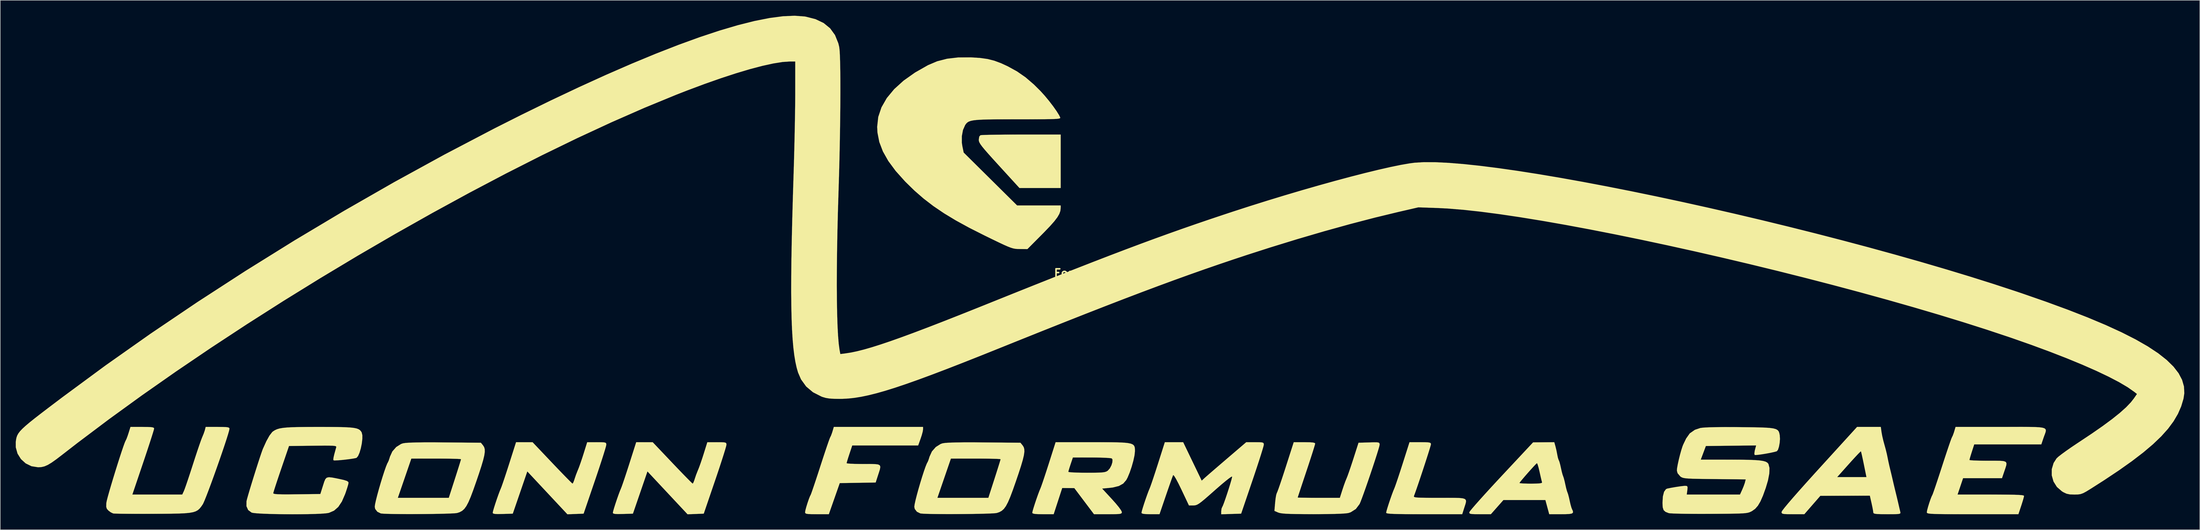
<source format=kicad_pcb>
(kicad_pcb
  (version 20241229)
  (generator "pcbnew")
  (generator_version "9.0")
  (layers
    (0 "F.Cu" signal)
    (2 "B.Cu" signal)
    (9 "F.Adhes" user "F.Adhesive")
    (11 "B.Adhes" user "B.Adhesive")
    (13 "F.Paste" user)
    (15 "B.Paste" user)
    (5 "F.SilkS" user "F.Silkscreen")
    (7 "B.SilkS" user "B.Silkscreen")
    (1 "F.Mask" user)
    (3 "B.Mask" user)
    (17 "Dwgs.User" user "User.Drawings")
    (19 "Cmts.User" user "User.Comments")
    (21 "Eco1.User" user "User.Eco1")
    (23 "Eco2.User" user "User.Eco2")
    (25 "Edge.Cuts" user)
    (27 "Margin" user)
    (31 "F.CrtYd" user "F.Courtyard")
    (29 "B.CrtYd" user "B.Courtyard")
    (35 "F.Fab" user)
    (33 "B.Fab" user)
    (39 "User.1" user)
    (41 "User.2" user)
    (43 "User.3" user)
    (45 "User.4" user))
  (footprint "FormulaSAE_Logo"
    (layer "F.Cu")
    (at 211.177 49.94)
    (property "Reference" "FormulaSAE_Logo" (at 0 0 0) (layer "F.SilkS") (effects (font (size 1.524 1.524) (thickness 0.3))))
    (attr through_hole)
    (fp_poly (pts (xy -8.678 -16.51) (xy -16.664 -16.51) (xy -20.609 -20.832) (xy -21.786 -22.126) (xy -22.705 -23.151) (xy -23.398 -23.946) (xy -23.895 -24.551) (xy -24.228 -25.007) (xy -24.428 -25.353) (xy -24.526 -25.63) (xy -24.553 -25.876) (xy -24.553 -25.889) (xy -24.453 -26.501) (xy -24.219 -26.753) (xy -23.935 -26.783) (xy -23.279 -26.81) (xy -22.3 -26.834) (xy -21.047 -26.854) (xy -19.572 -26.869) (xy -17.924 -26.879) (xy -16.281 -26.882) (xy -8.678 -26.882) (xy -8.678 -16.51)) (stroke (width 0.01) (type solid)) (fill yes) (layer "F.SilkS"))
    (fp_poly (pts (xy -112.62 32.81) (xy -111.019 32.813) (xy -107.209 36.832) (xy -106.184 37.909) (xy -105.253 38.877) (xy -104.457 39.695) (xy -103.836 40.324) (xy -103.427 40.723) (xy -103.274 40.851) (xy -103.144 40.669) (xy -102.963 40.208) (xy -102.882 39.952) (xy -102.608 39.14) (xy -102.284 38.317) (xy -102.235 38.206) (xy -102.014 37.649) (xy -101.715 36.814) (xy -101.382 35.826) (xy -101.146 35.088) (xy -100.436 32.816) (xy -98.584 32.812) (xy -97.697 32.816) (xy -97.15 32.846) (xy -96.862 32.923) (xy -96.75 33.07) (xy -96.732 33.297) (xy -96.798 33.611) (xy -96.987 34.274) (xy -97.282 35.232) (xy -97.666 36.434) (xy -98.123 37.828) (xy -98.636 39.362) (xy -98.93 40.229) (xy -101.128 46.672) (xy -102.698 46.734) (xy -104.268 46.795) (xy -112.04 38.477) (xy -113.447 42.575) (xy -114.854 46.672) (xy -116.799 46.733) (xy -117.754 46.75) (xy -118.353 46.721) (xy -118.662 46.641) (xy -118.745 46.508) (xy -118.677 46.177) (xy -118.498 45.553) (xy -118.241 44.744) (xy -117.943 43.854) (xy -117.639 42.99) (xy -117.364 42.256) (xy -117.175 41.804) (xy -117.022 41.413) (xy -116.767 40.689) (xy -116.434 39.706) (xy -116.048 38.535) (xy -115.633 37.248) (xy -115.55 36.989) (xy -114.221 32.808) (xy -112.62 32.81)) (stroke (width 0.01) (type solid)) (fill yes) (layer "F.SilkS"))
    (fp_poly (pts (xy -35.348 30.321) (xy -35.418 30.765) (xy -35.6 31.445) (xy -35.823 32.12) (xy -36.297 33.443) (xy -49.072 33.443) (xy -49.618 35.084) (xy -49.872 35.864) (xy -50.063 36.486) (xy -50.159 36.844) (xy -50.165 36.884) (xy -49.965 36.938) (xy -49.414 36.984) (xy -48.584 37.019) (xy -47.546 37.038) (xy -46.884 37.042) (xy -45.582 37.039) (xy -44.654 37.057) (xy -44.052 37.132) (xy -43.726 37.302) (xy -43.628 37.603) (xy -43.71 38.073) (xy -43.922 38.75) (xy -44.067 39.191) (xy -44.53 40.63) (xy -48.01 40.688) (xy -51.491 40.746) (xy -53.606 46.778) (xy -55.907 46.778) (xy -56.923 46.772) (xy -57.589 46.745) (xy -57.976 46.686) (xy -58.159 46.582) (xy -58.208 46.421) (xy -58.208 46.396) (xy -58.141 45.998) (xy -57.967 45.35) (xy -57.733 44.59) (xy -57.483 43.86) (xy -57.262 43.297) (xy -57.145 43.074) (xy -57.04 42.823) (xy -56.826 42.224) (xy -56.52 41.331) (xy -56.141 40.2) (xy -55.708 38.885) (xy -55.248 37.465) (xy -54.779 36.023) (xy -54.346 34.711) (xy -53.967 33.583) (xy -53.66 32.694) (xy -53.445 32.1) (xy -53.34 31.856) (xy -53.18 31.533) (xy -52.977 30.977) (xy -52.905 30.745) (xy -52.638 29.845) (xy -35.348 29.845) (xy -35.348 30.321)) (stroke (width 0.01) (type solid)) (fill yes) (layer "F.SilkS"))
    (fp_poly (pts (xy -89.337 32.81) (xy -87.736 32.813) (xy -83.926 36.832) (xy -82.901 37.909) (xy -81.97 38.877) (xy -81.174 39.695) (xy -80.552 40.324) (xy -80.144 40.723) (xy -79.991 40.851) (xy -79.861 40.669) (xy -79.679 40.208) (xy -79.598 39.952) (xy -79.325 39.14) (xy -79.001 38.317) (xy -78.952 38.206) (xy -78.731 37.649) (xy -78.431 36.814) (xy -78.099 35.826) (xy -77.863 35.088) (xy -77.153 32.816) (xy -75.3 32.812) (xy -74.413 32.816) (xy -73.867 32.846) (xy -73.579 32.923) (xy -73.467 33.07) (xy -73.448 33.297) (xy -73.515 33.611) (xy -73.704 34.274) (xy -73.999 35.232) (xy -74.383 36.434) (xy -74.839 37.828) (xy -75.352 39.362) (xy -75.647 40.229) (xy -77.845 46.672) (xy -79.415 46.734) (xy -80.984 46.795) (xy -84.871 42.636) (xy -88.757 38.477) (xy -90.164 42.575) (xy -91.57 46.672) (xy -93.516 46.733) (xy -94.471 46.75) (xy -95.07 46.721) (xy -95.378 46.641) (xy -95.462 46.508) (xy -95.394 46.177) (xy -95.214 45.553) (xy -94.958 44.744) (xy -94.66 43.854) (xy -94.356 42.99) (xy -94.081 42.256) (xy -93.891 41.804) (xy -93.739 41.413) (xy -93.484 40.689) (xy -93.151 39.706) (xy -92.765 38.535) (xy -92.35 37.248) (xy -92.267 36.989) (xy -90.937 32.808) (xy -89.337 32.81)) (stroke (width 0.01) (type solid)) (fill yes) (layer "F.SilkS"))
    (fp_poly (pts (xy 61.955 32.815) (xy 62.563 32.846) (xy 62.902 32.914) (xy 63.048 33.036) (xy 63.077 33.205) (xy 63.012 33.481) (xy 62.833 34.09) (xy 62.562 34.964) (xy 62.221 36.034) (xy 61.832 37.234) (xy 61.418 38.495) (xy 61.001 39.748) (xy 60.603 40.927) (xy 60.247 41.964) (xy 59.954 42.79) (xy 59.789 43.233) (xy 59.767 43.349) (xy 59.837 43.438) (xy 60.046 43.504) (xy 60.441 43.549) (xy 61.071 43.578) (xy 61.984 43.595) (xy 63.226 43.602) (xy 64.747 43.603) (xy 66.406 43.601) (xy 67.685 43.605) (xy 68.626 43.634) (xy 69.273 43.707) (xy 69.667 43.842) (xy 69.852 44.058) (xy 69.872 44.373) (xy 69.767 44.806) (xy 69.582 45.374) (xy 69.494 45.648) (xy 69.138 46.778) (xy 61.768 46.778) (xy 59.745 46.776) (xy 58.109 46.766) (xy 56.824 46.749) (xy 55.854 46.723) (xy 55.163 46.687) (xy 54.714 46.638) (xy 54.471 46.577) (xy 54.398 46.501) (xy 54.466 46.172) (xy 54.646 45.551) (xy 54.902 44.744) (xy 55.199 43.857) (xy 55.503 42.994) (xy 55.777 42.261) (xy 55.969 41.804) (xy 56.121 41.413) (xy 56.376 40.689) (xy 56.709 39.706) (xy 57.095 38.535) (xy 57.51 37.248) (xy 57.593 36.989) (xy 58.923 32.808) (xy 61 32.808) (xy 61.955 32.815)) (stroke (width 0.01) (type solid)) (fill yes) (layer "F.SilkS"))
    (fp_poly (pts (xy 150.392 30.85) (xy 150.529 31.605) (xy 150.745 32.533) (xy 150.942 33.252) (xy 151.194 34.164) (xy 151.421 35.092) (xy 151.546 35.687) (xy 151.709 36.5) (xy 151.92 37.453) (xy 152.05 37.994) (xy 152.264 38.876) (xy 152.474 39.764) (xy 152.578 40.217) (xy 152.754 40.975) (xy 152.973 41.89) (xy 153.107 42.439) (xy 153.33 43.35) (xy 153.554 44.294) (xy 153.664 44.767) (xy 153.829 45.485) (xy 153.974 46.1) (xy 154.023 46.302) (xy 154.061 46.499) (xy 154.012 46.632) (xy 153.812 46.714) (xy 153.395 46.758) (xy 152.695 46.775) (xy 151.646 46.778) (xy 151.472 46.778) (xy 150.351 46.771) (xy 149.588 46.746) (xy 149.118 46.693) (xy 148.878 46.605) (xy 148.803 46.475) (xy 148.802 46.45) (xy 148.757 46.087) (xy 148.638 45.45) (xy 148.472 44.672) (xy 148.467 44.651) (xy 148.133 43.18) (xy 138.536 43.215) (xy 136.986 44.996) (xy 135.436 46.778) (xy 133.229 46.778) (xy 132.242 46.773) (xy 131.603 46.748) (xy 131.237 46.688) (xy 131.069 46.578) (xy 131.023 46.404) (xy 131.022 46.349) (xy 131.165 46.09) (xy 131.586 45.539) (xy 132.272 44.709) (xy 133.209 43.616) (xy 134.387 42.275) (xy 135.79 40.701) (xy 136.799 39.582) (xy 141.798 39.582) (xy 147.475 39.582) (xy 146.973 37.111) (xy 146.773 36.145) (xy 146.598 35.344) (xy 146.468 34.792) (xy 146.402 34.571) (xy 146.245 34.697) (xy 145.857 35.089) (xy 145.287 35.696) (xy 144.581 36.467) (xy 144.065 37.042) (xy 141.798 39.582) (xy 136.799 39.582) (xy 137.407 38.907) (xy 138.338 37.882) (xy 145.655 29.845) (xy 150.257 29.845) (xy 150.392 30.85)) (stroke (width 0.01) (type solid)) (fill yes) (layer "F.SilkS"))
    (fp_poly (pts (xy -128.136 32.851) (xy -121.035 32.914) (xy -120.609 33.441) (xy -120.405 33.767) (xy -120.292 34.165) (xy -120.28 34.684) (xy -120.377 35.37) (xy -120.592 36.271) (xy -120.934 37.433) (xy -121.411 38.903) (xy -121.922 40.405) (xy -122.515 42.095) (xy -123.015 43.426) (xy -123.452 44.447) (xy -123.854 45.205) (xy -124.249 45.748) (xy -124.667 46.122) (xy -125.136 46.376) (xy -125.627 46.542) (xy -126.018 46.592) (xy -126.768 46.636) (xy -127.814 46.674) (xy -129.091 46.705) (xy -130.534 46.73) (xy -132.08 46.747) (xy -133.666 46.757) (xy -135.225 46.759) (xy -136.696 46.752) (xy -138.012 46.737) (xy -139.111 46.712) (xy -139.929 46.678) (xy -140.4 46.634) (xy -140.441 46.626) (xy -141.101 46.3) (xy -141.517 45.763) (xy -141.605 45.347) (xy -141.543 44.866) (xy -141.372 44.079) (xy -141.252 43.603) (xy -137.13 43.603) (xy -127.254 43.603) (xy -126.069 39.919) (xy -125.692 38.74) (xy -125.364 37.704) (xy -125.106 36.875) (xy -124.939 36.321) (xy -124.883 36.109) (xy -125.085 36.073) (xy -125.651 36.041) (xy -126.521 36.015) (xy -127.636 35.997) (xy -128.937 35.987) (xy -129.699 35.986) (xy -134.514 35.988) (xy -135.822 39.796) (xy -137.13 43.603) (xy -141.252 43.603) (xy -141.117 43.07) (xy -140.802 41.92) (xy -140.452 40.713) (xy -140.09 39.53) (xy -139.741 38.453) (xy -139.43 37.565) (xy -139.181 36.949) (xy -139.057 36.724) (xy -138.905 36.399) (xy -138.718 35.841) (xy -138.657 35.622) (xy -138.192 34.603) (xy -137.437 33.744) (xy -136.501 33.155) (xy -136.141 33.03) (xy -135.647 32.954) (xy -134.8 32.897) (xy -133.586 32.859) (xy -131.988 32.839) (xy -129.994 32.839) (xy -128.136 32.851)) (stroke (width 0.01) (type solid)) (fill yes) (layer "F.SilkS"))
    (fp_poly (pts (xy -23.573 32.851) (xy -16.472 32.914) (xy -16.046 33.441) (xy -15.842 33.767) (xy -15.729 34.165) (xy -15.717 34.684) (xy -15.814 35.37) (xy -16.029 36.271) (xy -16.37 37.433) (xy -16.848 38.903) (xy -17.359 40.405) (xy -17.952 42.095) (xy -18.452 43.426) (xy -18.889 44.447) (xy -19.29 45.205) (xy -19.686 45.748) (xy -20.104 46.122) (xy -20.572 46.376) (xy -21.063 46.542) (xy -21.455 46.592) (xy -22.205 46.636) (xy -23.251 46.674) (xy -24.527 46.705) (xy -25.971 46.73) (xy -27.517 46.747) (xy -29.102 46.757) (xy -30.662 46.759) (xy -32.132 46.752) (xy -33.449 46.737) (xy -34.548 46.712) (xy -35.365 46.678) (xy -35.837 46.634) (xy -35.877 46.626) (xy -36.538 46.3) (xy -36.953 45.763) (xy -37.042 45.347) (xy -36.979 44.866) (xy -36.808 44.079) (xy -36.688 43.603) (xy -32.567 43.603) (xy -22.691 43.603) (xy -21.505 39.919) (xy -21.128 38.74) (xy -20.801 37.704) (xy -20.543 36.875) (xy -20.376 36.321) (xy -20.32 36.109) (xy -20.522 36.073) (xy -21.087 36.041) (xy -21.958 36.015) (xy -23.073 35.997) (xy -24.374 35.987) (xy -25.135 35.986) (xy -29.951 35.988) (xy -31.259 39.796) (xy -32.567 43.603) (xy -36.688 43.603) (xy -36.553 43.07) (xy -36.239 41.92) (xy -35.888 40.713) (xy -35.527 39.53) (xy -35.178 38.453) (xy -34.867 37.565) (xy -34.618 36.949) (xy -34.494 36.724) (xy -34.341 36.399) (xy -34.155 35.841) (xy -34.093 35.622) (xy -33.629 34.603) (xy -32.874 33.744) (xy -31.937 33.155) (xy -31.577 33.03) (xy -31.084 32.954) (xy -30.237 32.897) (xy -29.022 32.859) (xy -27.425 32.839) (xy -25.431 32.839) (xy -23.573 32.851)) (stroke (width 0.01) (type solid)) (fill yes) (layer "F.SilkS"))
    (fp_poly (pts (xy 87.199 33.602) (xy 87.388 34.379) (xy 87.547 35.191) (xy 87.555 35.242) (xy 87.677 35.833) (xy 87.814 36.245) (xy 87.847 36.301) (xy 87.971 36.61) (xy 88.13 37.196) (xy 88.26 37.782) (xy 88.423 38.517) (xy 88.584 39.112) (xy 88.682 39.381) (xy 88.813 39.758) (xy 88.98 40.395) (xy 89.105 40.968) (xy 89.269 41.7) (xy 89.431 42.292) (xy 89.529 42.556) (xy 89.66 42.933) (xy 89.826 43.57) (xy 89.952 44.143) (xy 90.121 44.884) (xy 90.293 45.493) (xy 90.4 45.77) (xy 90.589 46.187) (xy 90.602 46.47) (xy 90.386 46.646) (xy 89.888 46.738) (xy 89.055 46.774) (xy 88.296 46.778) (xy 85.999 46.778) (xy 85.255 44.027) (xy 77.122 44.027) (xy 74.691 46.778) (xy 72.573 46.778) (xy 71.611 46.772) (xy 70.998 46.745) (xy 70.661 46.681) (xy 70.527 46.568) (xy 70.522 46.391) (xy 70.523 46.383) (xy 70.678 46.148) (xy 71.094 45.639) (xy 71.739 44.891) (xy 72.584 43.938) (xy 73.598 42.813) (xy 74.75 41.551) (xy 75.511 40.728) (xy 80.222 40.728) (xy 80.419 40.779) (xy 80.952 40.819) (xy 81.735 40.845) (xy 82.467 40.852) (xy 83.508 40.839) (xy 84.179 40.798) (xy 84.531 40.722) (xy 84.617 40.604) (xy 84.612 40.587) (xy 84.523 40.268) (xy 84.375 39.65) (xy 84.194 38.848) (xy 84.133 38.569) (xy 83.947 37.784) (xy 83.776 37.195) (xy 83.647 36.895) (xy 83.614 36.876) (xy 83.416 37.054) (xy 83.018 37.472) (xy 82.488 38.053) (xy 81.893 38.72) (xy 81.302 39.397) (xy 80.782 40.007) (xy 80.4 40.471) (xy 80.226 40.714) (xy 80.222 40.728) (xy 75.511 40.728) (xy 76.011 40.186) (xy 76.729 39.415) (xy 82.868 32.844) (xy 84.921 32.826) (xy 86.975 32.808) (xy 87.199 33.602)) (stroke (width 0.01) (type solid)) (fill yes) (layer "F.SilkS"))
    (fp_poly (pts (xy 39.584 32.824) (xy 40.235 32.876) (xy 40.568 32.97) (xy 40.64 33.078) (xy 40.575 33.345) (xy 40.393 33.957) (xy 40.112 34.855) (xy 39.749 35.982) (xy 39.324 37.281) (xy 38.947 38.417) (xy 38.486 39.8) (xy 38.072 41.044) (xy 37.725 42.095) (xy 37.461 42.897) (xy 37.298 43.398) (xy 37.253 43.545) (xy 37.454 43.563) (xy 38.014 43.579) (xy 38.868 43.591) (xy 39.952 43.6) (xy 41.201 43.603) (xy 41.339 43.603) (xy 45.425 43.603) (xy 45.913 42.069) (xy 46.2 41.208) (xy 46.49 40.408) (xy 46.722 39.84) (xy 46.728 39.829) (xy 46.907 39.38) (xy 47.181 38.618) (xy 47.518 37.636) (xy 47.886 36.524) (xy 48.049 36.019) (xy 49.044 32.914) (xy 51.086 32.854) (xy 52.026 32.829) (xy 52.622 32.835) (xy 52.951 32.889) (xy 53.094 33.007) (xy 53.128 33.208) (xy 53.128 33.304) (xy 53.061 33.629) (xy 52.873 34.287) (xy 52.587 35.213) (xy 52.225 36.342) (xy 51.808 37.609) (xy 51.36 38.947) (xy 50.901 40.293) (xy 50.455 41.579) (xy 50.042 42.742) (xy 49.686 43.716) (xy 49.408 44.435) (xy 49.242 44.813) (xy 48.521 45.766) (xy 47.531 46.397) (xy 47.096 46.545) (xy 46.605 46.617) (xy 45.728 46.677) (xy 44.504 46.723) (xy 42.97 46.753) (xy 41.165 46.768) (xy 40.217 46.769) (xy 38.36 46.763) (xy 36.879 46.747) (xy 35.728 46.72) (xy 34.859 46.68) (xy 34.226 46.623) (xy 33.78 46.549) (xy 33.476 46.454) (xy 33.465 46.45) (xy 32.747 46.138) (xy 32.883 44.522) (xy 32.972 43.716) (xy 33.083 43.067) (xy 33.193 42.698) (xy 33.21 42.673) (xy 33.325 42.412) (xy 33.548 41.807) (xy 33.858 40.916) (xy 34.234 39.799) (xy 34.656 38.513) (xy 34.943 37.624) (xy 36.487 32.808) (xy 38.564 32.808) (xy 39.584 32.824)) (stroke (width 0.01) (type solid)) (fill yes) (layer "F.SilkS"))
    (fp_poly (pts (xy 16.856 36.54) (xy 18.652 40.272) (xy 19.221 39.749) (xy 19.544 39.463) (xy 20.134 38.948) (xy 20.937 38.253) (xy 21.901 37.423) (xy 22.969 36.505) (xy 23.537 36.017) (xy 27.284 32.808) (xy 28.988 32.808) (xy 29.832 32.815) (xy 30.338 32.852) (xy 30.592 32.943) (xy 30.68 33.111) (xy 30.688 33.285) (xy 30.621 33.596) (xy 30.432 34.256) (xy 30.138 35.212) (xy 29.755 36.412) (xy 29.299 37.805) (xy 28.788 39.339) (xy 28.491 40.217) (xy 26.296 46.672) (xy 24.366 46.733) (xy 22.437 46.794) (xy 22.437 46.194) (xy 22.499 45.684) (xy 22.626 45.392) (xy 22.762 45.118) (xy 22.988 44.531) (xy 23.273 43.724) (xy 23.588 42.789) (xy 23.901 41.819) (xy 24.183 40.907) (xy 24.404 40.146) (xy 24.533 39.628) (xy 24.553 39.479) (xy 24.404 39.508) (xy 23.983 39.793) (xy 23.328 40.306) (xy 22.478 41.014) (xy 21.472 41.887) (xy 21.22 42.111) (xy 20.099 43.102) (xy 19.242 43.845) (xy 18.598 44.375) (xy 18.116 44.728) (xy 17.746 44.938) (xy 17.438 45.043) (xy 17.141 45.078) (xy 17.034 45.08) (xy 16.182 45.085) (xy 14.722 42.001) (xy 14.159 40.846) (xy 13.697 39.969) (xy 13.355 39.403) (xy 13.153 39.181) (xy 13.115 39.197) (xy 13.001 39.479) (xy 12.777 40.094) (xy 12.467 40.97) (xy 12.095 42.039) (xy 11.722 43.125) (xy 10.477 46.774) (xy 8.731 46.776) (xy 7.814 46.758) (xy 7.26 46.696) (xy 7.012 46.58) (xy 6.985 46.501) (xy 7.053 46.172) (xy 7.232 45.551) (xy 7.488 44.744) (xy 7.786 43.857) (xy 8.09 42.994) (xy 8.364 42.261) (xy 8.555 41.804) (xy 8.708 41.413) (xy 8.963 40.689) (xy 9.296 39.706) (xy 9.682 38.535) (xy 10.097 37.248) (xy 10.18 36.989) (xy 11.509 32.808) (xy 15.06 32.808) (xy 16.856 36.54)) (stroke (width 0.01) (type solid)) (fill yes) (layer "F.SilkS"))
    (fp_poly (pts (xy 178.98 29.844) (xy 180.122 29.866) (xy 180.98 29.914) (xy 181.586 29.996) (xy 181.976 30.121) (xy 182.184 30.298) (xy 182.244 30.534) (xy 182.191 30.84) (xy 182.059 31.222) (xy 181.883 31.69) (xy 181.802 31.921) (xy 181.359 33.232) (xy 168.358 33.232) (xy 167.893 34.675) (xy 167.664 35.405) (xy 167.498 35.97) (xy 167.429 36.256) (xy 167.428 36.263) (xy 167.629 36.31) (xy 168.183 36.351) (xy 169.024 36.382) (xy 170.082 36.402) (xy 171.027 36.407) (xy 172.4 36.405) (xy 173.397 36.42) (xy 174.066 36.482) (xy 174.454 36.624) (xy 174.608 36.876) (xy 174.576 37.27) (xy 174.404 37.836) (xy 174.182 38.482) (xy 173.739 39.793) (xy 166.197 39.793) (xy 165.129 42.968) (xy 171.57 42.968) (xy 173.476 42.972) (xy 174.994 42.984) (xy 176.16 43.006) (xy 177.009 43.04) (xy 177.577 43.086) (xy 177.899 43.147) (xy 178.011 43.223) (xy 178.012 43.232) (xy 177.948 43.546) (xy 177.779 44.146) (xy 177.538 44.917) (xy 177.465 45.137) (xy 176.919 46.778) (xy 168.046 46.778) (xy 165.874 46.778) (xy 164.088 46.774) (xy 162.65 46.766) (xy 161.523 46.753) (xy 160.669 46.731) (xy 160.05 46.701) (xy 159.63 46.66) (xy 159.369 46.607) (xy 159.232 46.539) (xy 159.179 46.456) (xy 159.173 46.396) (xy 159.241 45.998) (xy 159.414 45.35) (xy 159.648 44.59) (xy 159.898 43.86) (xy 160.12 43.297) (xy 160.237 43.074) (xy 160.341 42.823) (xy 160.556 42.224) (xy 160.862 41.331) (xy 161.24 40.2) (xy 161.673 38.885) (xy 162.134 37.465) (xy 162.602 36.023) (xy 163.036 34.711) (xy 163.415 33.583) (xy 163.722 32.694) (xy 163.937 32.1) (xy 164.042 31.856) (xy 164.202 31.533) (xy 164.404 30.977) (xy 164.477 30.745) (xy 164.744 29.845) (xy 173.494 29.845) (xy 175.7 29.842) (xy 177.517 29.839) (xy 178.98 29.844)) (stroke (width 0.01) (type solid)) (fill yes) (layer "F.SilkS"))
    (fp_poly (pts (xy -0.598 32.81) (xy 1.124 32.82) (xy 2.501 32.846) (xy 3.571 32.896) (xy 4.372 32.978) (xy 4.944 33.101) (xy 5.325 33.272) (xy 5.554 33.499) (xy 5.669 33.79) (xy 5.71 34.153) (xy 5.715 34.543) (xy 5.631 35.351) (xy 5.404 36.404) (xy 5.077 37.566) (xy 4.691 38.702) (xy 4.285 39.673) (xy 4.03 40.153) (xy 3.44 40.835) (xy 2.598 41.305) (xy 1.446 41.592) (xy 0.803 41.67) (xy -0.646 41.804) (xy 1.264 43.87) (xy 1.997 44.693) (xy 2.594 45.423) (xy 3.003 45.993) (xy 3.173 46.336) (xy 3.175 46.357) (xy 3.151 46.53) (xy 3.033 46.648) (xy 2.754 46.722) (xy 2.244 46.76) (xy 1.437 46.776) (xy 0.476 46.778) (xy -2.223 46.778) (xy -6.032 41.717) (xy -7.207 41.708) (xy -8.381 41.698) (xy -10.034 46.778) (xy -12.108 46.778) (xy -13.117 46.764) (xy -13.76 46.715) (xy -14.095 46.624) (xy -14.182 46.501) (xy -14.114 46.172) (xy -13.934 45.551) (xy -13.678 44.744) (xy -13.381 43.857) (xy -13.077 42.994) (xy -12.803 42.261) (xy -12.611 41.804) (xy -12.459 41.413) (xy -12.204 40.689) (xy -11.871 39.706) (xy -11.495 38.564) (xy -7.197 38.564) (xy -6.997 38.621) (xy -6.442 38.669) (xy -5.602 38.706) (xy -4.546 38.729) (xy -3.627 38.735) (xy -2.298 38.731) (xy -1.323 38.713) (xy -0.635 38.676) (xy -0.164 38.612) (xy 0.157 38.514) (xy 0.398 38.375) (xy 0.463 38.326) (xy 0.855 37.879) (xy 1.165 37.286) (xy 1.349 36.676) (xy 1.366 36.181) (xy 1.234 35.957) (xy 0.938 35.898) (xy 0.294 35.847) (xy -0.622 35.807) (xy -1.735 35.782) (xy -2.679 35.775) (xy -6.311 35.772) (xy -6.754 37.083) (xy -6.981 37.781) (xy -7.141 38.318) (xy -7.197 38.564) (xy -11.495 38.564) (xy -11.485 38.535) (xy -11.07 37.248) (xy -10.987 36.989) (xy -9.657 32.808) (xy -2.705 32.808) (xy -0.598 32.81)) (stroke (width 0.01) (type solid)) (fill yes) (layer "F.SilkS"))
    (fp_poly (pts (xy -25.979 -41.854) (xy -24.277 -41.742) (xy -22.848 -41.54) (xy -21.548 -41.211) (xy -20.23 -40.72) (xy -18.944 -40.126) (xy -17.145 -39.137) (xy -15.486 -37.985) (xy -13.858 -36.586) (xy -12.59 -35.325) (xy -11.763 -34.41) (xy -10.923 -33.395) (xy -10.135 -32.368) (xy -9.464 -31.414) (xy -8.973 -30.62) (xy -8.768 -30.197) (xy -8.76 -30.108) (xy -8.836 -30.036) (xy -9.033 -29.978) (xy -9.389 -29.933) (xy -9.941 -29.9) (xy -10.728 -29.876) (xy -11.787 -29.86) (xy -13.155 -29.851) (xy -14.871 -29.846) (xy -16.971 -29.845) (xy -17.023 -29.845) (xy -19.272 -29.843) (xy -21.137 -29.835) (xy -22.657 -29.815) (xy -23.873 -29.781) (xy -24.824 -29.727) (xy -25.549 -29.649) (xy -26.089 -29.542) (xy -26.481 -29.403) (xy -26.767 -29.227) (xy -26.985 -29.01) (xy -27.175 -28.747) (xy -27.188 -28.728) (xy -27.611 -27.772) (xy -27.833 -26.583) (xy -27.834 -25.312) (xy -27.738 -24.659) (xy -27.477 -23.389) (xy -17.119 -13.123) (xy -8.678 -13.123) (xy -8.678 -12.62) (xy -8.739 -12.065) (xy -8.942 -11.485) (xy -9.321 -10.831) (xy -9.91 -10.057) (xy -10.743 -9.115) (xy -11.852 -7.958) (xy -12.238 -7.567) (xy -15.128 -4.657) (xy -16.613 -4.672) (xy -17.058 -4.682) (xy -17.458 -4.714) (xy -17.865 -4.79) (xy -18.333 -4.93) (xy -18.915 -5.154) (xy -19.664 -5.483) (xy -20.633 -5.938) (xy -21.875 -6.538) (xy -23.441 -7.303) (xy -26.386 -8.792) (xy -28.981 -10.213) (xy -31.282 -11.606) (xy -33.35 -13.009) (xy -35.242 -14.464) (xy -37.016 -16.009) (xy -38.732 -17.685) (xy -38.851 -17.808) (xy -40.658 -19.826) (xy -42.078 -21.749) (xy -43.127 -23.607) (xy -43.823 -25.432) (xy -44.18 -27.257) (xy -44.238 -28.386) (xy -44.029 -30.299) (xy -43.405 -32.16) (xy -42.375 -33.959) (xy -40.943 -35.69) (xy -39.118 -37.343) (xy -36.906 -38.91) (xy -34.388 -40.344) (xy -32.611 -41.099) (xy -30.683 -41.594) (xy -28.537 -41.844) (xy -26.103 -41.859) (xy -25.979 -41.854)) (stroke (width 0.01) (type solid)) (fill yes) (layer "F.SilkS"))
    (fp_poly (pts (xy -185.622 29.854) (xy -184.947 29.887) (xy -184.559 29.954) (xy -184.388 30.065) (xy -184.362 30.169) (xy -184.427 30.443) (xy -184.614 31.067) (xy -184.904 31.988) (xy -185.281 33.156) (xy -185.729 34.518) (xy -186.232 36.024) (xy -186.47 36.73) (xy -188.578 42.968) (xy -178.907 42.968) (xy -178.587 42.28) (xy -178.429 41.878) (xy -178.167 41.142) (xy -177.827 40.143) (xy -177.431 38.95) (xy -177.003 37.634) (xy -176.847 37.148) (xy -176.409 35.791) (xy -175.989 34.52) (xy -175.612 33.409) (xy -175.304 32.531) (xy -175.088 31.958) (xy -175.042 31.848) (xy -174.762 31.17) (xy -174.546 30.546) (xy -174.512 30.42) (xy -174.367 29.845) (xy -172.062 29.845) (xy -171.036 29.853) (xy -170.363 29.883) (xy -169.972 29.947) (xy -169.794 30.054) (xy -169.757 30.187) (xy -169.828 30.553) (xy -170.028 31.258) (xy -170.335 32.242) (xy -170.731 33.448) (xy -171.193 34.817) (xy -171.702 36.293) (xy -172.237 37.815) (xy -172.777 39.327) (xy -173.302 40.771) (xy -173.792 42.087) (xy -174.226 43.219) (xy -174.583 44.107) (xy -174.843 44.694) (xy -174.941 44.873) (xy -175.249 45.322) (xy -175.546 45.689) (xy -175.875 45.983) (xy -176.28 46.212) (xy -176.806 46.385) (xy -177.498 46.51) (xy -178.398 46.595) (xy -179.553 46.649) (xy -181.006 46.68) (xy -182.802 46.697) (xy -184.573 46.706) (xy -186.306 46.711) (xy -187.917 46.709) (xy -189.353 46.702) (xy -190.563 46.69) (xy -191.494 46.673) (xy -192.094 46.651) (xy -192.299 46.632) (xy -192.76 46.413) (xy -193.221 46.069) (xy -193.52 45.73) (xy -193.642 45.34) (xy -193.628 44.735) (xy -193.611 44.556) (xy -193.525 44.127) (xy -193.332 43.379) (xy -193.051 42.376) (xy -192.703 41.182) (xy -192.308 39.864) (xy -191.885 38.484) (xy -191.455 37.107) (xy -191.037 35.798) (xy -190.652 34.621) (xy -190.32 33.642) (xy -190.06 32.923) (xy -189.893 32.531) (xy -189.868 32.491) (xy -189.718 32.186) (xy -189.503 31.612) (xy -189.321 31.062) (xy -188.941 29.845) (xy -186.651 29.845) (xy -185.622 29.854)) (stroke (width 0.01) (type solid)) (fill yes) (layer "F.SilkS"))
    (fp_poly (pts (xy -150.417 29.85) (xy -148.769 29.865) (xy -147.457 29.897) (xy -146.438 29.951) (xy -145.67 30.034) (xy -145.108 30.151) (xy -144.709 30.307) (xy -144.431 30.508) (xy -144.229 30.76) (xy -144.137 30.919) (xy -144.012 31.439) (xy -144.014 32.196) (xy -144.119 33.086) (xy -144.306 34.001) (xy -144.551 34.835) (xy -144.832 35.481) (xy -145.126 35.833) (xy -145.188 35.861) (xy -145.69 35.967) (xy -146.415 36.078) (xy -147.256 36.184) (xy -148.103 36.272) (xy -148.847 36.332) (xy -149.38 36.351) (xy -149.589 36.325) (xy -149.634 36.154) (xy -149.587 35.774) (xy -149.436 35.127) (xy -149.169 34.154) (xy -149.07 33.81) (xy -149.058 33.687) (xy -149.136 33.596) (xy -149.356 33.532) (xy -149.766 33.493) (xy -150.418 33.473) (xy -151.363 33.47) (xy -152.65 33.481) (xy -153.591 33.492) (xy -158.221 33.549) (xy -159.742 37.994) (xy -160.185 39.299) (xy -160.579 40.477) (xy -160.903 41.467) (xy -161.137 42.206) (xy -161.261 42.634) (xy -161.276 42.708) (xy -161.194 42.799) (xy -160.908 42.865) (xy -160.376 42.908) (xy -159.553 42.931) (xy -158.397 42.934) (xy -156.865 42.921) (xy -156.718 42.92) (xy -152.146 42.862) (xy -151.629 41.222) (xy -151.39 40.474) (xy -151.177 39.977) (xy -150.907 39.699) (xy -150.499 39.607) (xy -149.871 39.667) (xy -148.941 39.847) (xy -148.459 39.947) (xy -147.56 40.15) (xy -147.011 40.328) (xy -146.743 40.508) (xy -146.685 40.677) (xy -146.754 41.03) (xy -146.94 41.667) (xy -147.208 42.478) (xy -147.351 42.883) (xy -147.972 44.315) (xy -148.674 45.369) (xy -149.495 46.087) (xy -150.473 46.512) (xy -150.555 46.533) (xy -151.098 46.614) (xy -151.978 46.679) (xy -153.13 46.729) (xy -154.49 46.764) (xy -155.995 46.784) (xy -157.579 46.789) (xy -159.178 46.78) (xy -160.729 46.757) (xy -162.167 46.721) (xy -163.427 46.672) (xy -164.446 46.609) (xy -165.159 46.534) (xy -165.472 46.462) (xy -166.134 45.969) (xy -166.467 45.225) (xy -166.456 44.265) (xy -166.349 43.824) (xy -166.133 43.056) (xy -165.833 42.037) (xy -165.471 40.844) (xy -165.072 39.552) (xy -164.659 38.236) (xy -164.256 36.973) (xy -163.886 35.839) (xy -163.573 34.908) (xy -163.342 34.258) (xy -163.271 34.078) (xy -162.605 32.609) (xy -162.007 31.531) (xy -161.484 30.854) (xy -161.314 30.709) (xy -160.952 30.48) (xy -160.549 30.294) (xy -160.056 30.148) (xy -159.427 30.038) (xy -158.614 29.957) (xy -157.57 29.902) (xy -156.247 29.869) (xy -154.598 29.851) (xy -152.576 29.846) (xy -152.446 29.846) (xy -150.417 29.85)) (stroke (width 0.01) (type solid)) (fill yes) (layer "F.SilkS"))
    (fp_poly (pts (xy 121.896 29.878) (xy 122.907 29.886) (xy 124.888 29.908) (xy 126.488 29.935) (xy 127.75 29.976) (xy 128.715 30.04) (xy 129.427 30.137) (xy 129.927 30.275) (xy 130.257 30.462) (xy 130.462 30.708) (xy 130.581 31.022) (xy 130.659 31.412) (xy 130.675 31.511) (xy 130.712 32.188) (xy 130.651 32.959) (xy 130.515 33.696) (xy 130.329 34.271) (xy 130.117 34.557) (xy 130.108 34.56) (xy 129.629 34.698) (xy 128.924 34.854) (xy 128.1 35.01) (xy 127.267 35.148) (xy 126.534 35.25) (xy 126.008 35.298) (xy 125.802 35.279) (xy 125.754 34.995) (xy 125.825 34.474) (xy 125.871 34.279) (xy 126.097 33.436) (xy 121.225 33.492) (xy 116.353 33.549) (xy 115.859 34.872) (xy 115.364 36.195) (xy 121.023 36.196) (xy 122.987 36.204) (xy 124.57 36.229) (xy 125.815 36.276) (xy 126.765 36.349) (xy 127.462 36.455) (xy 127.949 36.597) (xy 128.269 36.781) (xy 128.465 37.011) (xy 128.479 37.037) (xy 128.678 37.799) (xy 128.646 38.878) (xy 128.385 40.241) (xy 127.958 41.681) (xy 127.423 43.166) (xy 126.928 44.296) (xy 126.435 45.131) (xy 125.909 45.732) (xy 125.313 46.159) (xy 125.245 46.197) (xy 124.994 46.324) (xy 124.738 46.427) (xy 124.429 46.507) (xy 124.021 46.57) (xy 123.466 46.616) (xy 122.718 46.65) (xy 121.73 46.673) (xy 120.455 46.69) (xy 118.846 46.703) (xy 117.052 46.714) (xy 115.309 46.718) (xy 113.681 46.712) (xy 112.221 46.696) (xy 110.982 46.672) (xy 110.018 46.641) (xy 109.384 46.602) (xy 109.154 46.569) (xy 108.532 46.322) (xy 108.168 45.987) (xy 107.995 45.456) (xy 107.95 44.62) (xy 107.95 44.562) (xy 108.027 43.322) (xy 108.252 42.436) (xy 108.621 41.923) (xy 108.871 41.809) (xy 109.704 41.644) (xy 110.621 41.487) (xy 111.479 41.361) (xy 112.137 41.286) (xy 112.356 41.275) (xy 112.682 41.311) (xy 112.805 41.499) (xy 112.782 41.957) (xy 112.761 42.122) (xy 112.647 42.968) (xy 122.968 42.968) (xy 123.381 42.061) (xy 123.668 41.377) (xy 123.89 40.752) (xy 123.936 40.589) (xy 124.078 40.024) (xy 118.04 39.961) (xy 116.277 39.942) (xy 114.888 39.921) (xy 113.821 39.896) (xy 113.025 39.861) (xy 112.451 39.814) (xy 112.049 39.75) (xy 111.766 39.666) (xy 111.554 39.558) (xy 111.405 39.455) (xy 110.877 38.831) (xy 110.74 38.331) (xy 110.772 37.882) (xy 110.902 37.143) (xy 111.101 36.23) (xy 111.341 35.259) (xy 111.596 34.343) (xy 111.835 33.598) (xy 111.983 33.232) (xy 112.169 32.846) (xy 112.444 32.275) (xy 112.53 32.096) (xy 113.232 31.101) (xy 114.234 30.403) (xy 115.288 30.052) (xy 115.87 29.98) (xy 116.848 29.927) (xy 118.196 29.891) (xy 119.887 29.875) (xy 121.896 29.878)) (stroke (width 0.01) (type solid)) (fill yes) (layer "F.SilkS"))
    (fp_poly (pts (xy -58.322 -49.795) (xy -58.094 -49.759) (xy -56.191 -49.272) (xy -54.615 -48.52) (xy -53.358 -47.494) (xy -52.412 -46.188) (xy -51.77 -44.594) (xy -51.6 -43.892) (xy -51.525 -43.286) (xy -51.466 -42.293) (xy -51.421 -40.946) (xy -51.39 -39.283) (xy -51.373 -37.338) (xy -51.37 -35.146) (xy -51.381 -32.744) (xy -51.406 -30.165) (xy -51.444 -27.446) (xy -51.495 -24.622) (xy -51.56 -21.728) (xy -51.638 -18.8) (xy -51.728 -15.872) (xy -51.731 -15.771) (xy -51.854 -11.729) (xy -51.949 -7.867) (xy -52.015 -4.207) (xy -52.053 -0.776) (xy -52.062 2.405) (xy -52.044 5.31) (xy -51.998 7.915) (xy -51.924 10.196) (xy -51.823 12.13) (xy -51.694 13.691) (xy -51.539 14.857) (xy -51.521 14.953) (xy -51.379 15.71) (xy -50.296 15.569) (xy -49.265 15.405) (xy -48.101 15.159) (xy -46.781 14.824) (xy -45.284 14.393) (xy -43.586 13.856) (xy -41.665 13.208) (xy -39.499 12.438) (xy -37.066 11.541) (xy -34.344 10.508) (xy -31.309 9.331) (xy -27.94 8.002) (xy -24.213 6.514) (xy -22.713 5.91) (xy -18.009 4.019) (xy -13.663 2.28) (xy -9.639 0.68) (xy -5.906 -0.792) (xy -2.43 -2.151) (xy 0.823 -3.408) (xy 3.886 -4.575) (xy 6.793 -5.666) (xy 9.575 -6.692) (xy 12.268 -7.667) (xy 14.904 -8.603) (xy 17.517 -9.513) (xy 20.139 -10.408) (xy 22.804 -11.302) (xy 24.659 -11.916) (xy 28.015 -13.003) (xy 31.402 -14.067) (xy 34.784 -15.099) (xy 38.125 -16.089) (xy 41.387 -17.026) (xy 44.533 -17.901) (xy 47.527 -18.704) (xy 50.331 -19.424) (xy 52.909 -20.052) (xy 55.225 -20.578) (xy 57.24 -20.993) (xy 58.918 -21.285) (xy 59.888 -21.413) (xy 61.706 -21.525) (xy 63.906 -21.517) (xy 66.465 -21.393) (xy 69.36 -21.158) (xy 72.568 -20.818) (xy 76.067 -20.376) (xy 79.834 -19.839) (xy 83.847 -19.21) (xy 88.082 -18.495) (xy 92.517 -17.698) (xy 97.129 -16.825) (xy 101.896 -15.881) (xy 106.794 -14.87) (xy 111.802 -13.796) (xy 116.896 -12.666) (xy 122.053 -11.484) (xy 127.252 -10.255) (xy 132.468 -8.983) (xy 137.681 -7.675) (xy 142.865 -6.333) (xy 148 -4.964) (xy 153.063 -3.572) (xy 158.03 -2.163) (xy 162.878 -0.74) (xy 167.587 0.69) (xy 172.131 2.124) (xy 176.489 3.556) (xy 177.588 3.927) (xy 182.257 5.551) (xy 186.516 7.114) (xy 190.376 8.622) (xy 193.845 10.081) (xy 196.933 11.498) (xy 199.648 12.877) (xy 202.001 14.226) (xy 203.999 15.549) (xy 205.653 16.854) (xy 206.971 18.145) (xy 207.963 19.43) (xy 208.637 20.713) (xy 209.004 22.002) (xy 209.071 23.301) (xy 208.91 24.376) (xy 208.467 25.857) (xy 207.835 27.307) (xy 206.993 28.746) (xy 205.921 30.195) (xy 204.599 31.673) (xy 203.005 33.2) (xy 201.12 34.796) (xy 198.923 36.481) (xy 196.394 38.275) (xy 193.511 40.198) (xy 190.935 41.844) (xy 190.092 42.363) (xy 189.481 42.691) (xy 188.978 42.873) (xy 188.463 42.951) (xy 187.811 42.968) (xy 187.748 42.968) (xy 186.891 42.936) (xy 186.259 42.804) (xy 185.658 42.522) (xy 185.345 42.331) (xy 184.379 41.489) (xy 183.722 40.435) (xy 183.388 39.253) (xy 183.391 38.028) (xy 183.744 36.845) (xy 184.317 35.949) (xy 184.667 35.626) (xy 185.311 35.123) (xy 186.184 34.486) (xy 187.222 33.762) (xy 188.362 32.996) (xy 188.595 32.843) (xy 191.107 31.17) (xy 193.261 29.671) (xy 195.078 28.328) (xy 196.578 27.125) (xy 197.782 26.047) (xy 198.71 25.076) (xy 199.291 24.333) (xy 199.898 23.455) (xy 199.38 23.044) (xy 198.099 22.144) (xy 196.429 21.156) (xy 194.389 20.09) (xy 192.003 18.955) (xy 189.292 17.762) (xy 186.277 16.519) (xy 182.98 15.236) (xy 179.424 13.922) (xy 175.629 12.588) (xy 175.048 12.39) (xy 170.743 10.956) (xy 166.203 9.51) (xy 161.458 8.058) (xy 156.536 6.606) (xy 151.464 5.161) (xy 146.27 3.729) (xy 140.982 2.316) (xy 135.629 0.929) (xy 130.237 -0.427) (xy 124.835 -1.745) (xy 119.451 -3.018) (xy 114.113 -4.24) (xy 108.848 -5.405) (xy 103.685 -6.507) (xy 98.652 -7.539) (xy 93.776 -8.495) (xy 89.085 -9.369) (xy 84.607 -10.154) (xy 80.371 -10.844) (xy 76.404 -11.433) (xy 72.734 -11.915) (xy 69.388 -12.282) (xy 66.396 -12.529) (xy 64.336 -12.635) (xy 60.622 -12.761) (xy 56.716 -11.858) (xy 52.215 -10.769) (xy 47.41 -9.516) (xy 42.38 -8.119) (xy 37.201 -6.601) (xy 31.95 -4.984) (xy 27.517 -3.558) (xy 24.712 -2.628) (xy 21.919 -1.682) (xy 19.107 -0.709) (xy 16.243 0.304) (xy 13.296 1.368) (xy 10.234 2.496) (xy 7.025 3.7) (xy 3.636 4.991) (xy 0.037 6.382) (xy -3.805 7.884) (xy -7.922 9.51) (xy -12.345 11.272) (xy -17.108 13.182) (xy -20.052 14.368) (xy -23.977 15.944) (xy -27.54 17.356) (xy -30.765 18.612) (xy -33.676 19.72) (xy -36.299 20.688) (xy -38.657 21.524) (xy -40.776 22.236) (xy -42.679 22.831) (xy -44.391 23.317) (xy -45.938 23.702) (xy -47.342 23.995) (xy -48.63 24.202) (xy -49.825 24.332) (xy -50.952 24.393) (xy -51.435 24.399) (xy -52.617 24.386) (xy -53.496 24.33) (xy -54.191 24.217) (xy -54.821 24.033) (xy -55.043 23.95) (xy -56.677 23.116) (xy -57.999 22.001) (xy -58.999 20.613) (xy -59.569 19.293) (xy -59.847 18.324) (xy -60.091 17.206) (xy -60.302 15.92) (xy -60.481 14.446) (xy -60.627 12.764) (xy -60.742 10.854) (xy -60.825 8.698) (xy -60.877 6.275) (xy -60.899 3.565) (xy -60.891 0.55) (xy -60.854 -2.792) (xy -60.787 -6.478) (xy -60.691 -10.53) (xy -60.567 -14.967) (xy -60.43 -19.367) (xy -60.361 -21.632) (xy -60.298 -24.014) (xy -60.241 -26.429) (xy -60.193 -28.787) (xy -60.155 -31.003) (xy -60.129 -32.989) (xy -60.117 -34.659) (xy -60.117 -34.978) (xy -60.113 -41.063) (xy -61.119 -41.063) (xy -62.565 -40.965) (xy -64.36 -40.68) (xy -66.479 -40.215) (xy -68.896 -39.578) (xy -71.584 -38.775) (xy -74.519 -37.815) (xy -77.673 -36.705) (xy -81.021 -35.453) (xy -83.185 -34.608) (xy -89.333 -32.076) (xy -95.742 -29.261) (xy -102.374 -26.184) (xy -109.197 -22.865) (xy -116.174 -19.325) (xy -123.271 -15.584) (xy -130.452 -11.662) (xy -137.682 -7.581) (xy -144.927 -3.362) (xy -152.15 0.977) (xy -159.318 5.412) (xy -166.395 9.926) (xy -173.346 14.495) (xy -180.135 19.101) (xy -186.728 23.722) (xy -193.09 28.338) (xy -199.185 32.928) (xy -202.109 35.197) (xy -203.288 36.102) (xy -204.217 36.763) (xy -204.967 37.214) (xy -205.603 37.493) (xy -206.196 37.633) (xy -206.814 37.672) (xy -206.844 37.672) (xy -208.121 37.469) (xy -209.248 36.918) (xy -210.169 36.081) (xy -210.828 35.023) (xy -211.167 33.808) (xy -211.172 32.765) (xy -211.111 32.309) (xy -211.028 31.901) (xy -210.893 31.515) (xy -210.679 31.123) (xy -210.357 30.698) (xy -209.901 30.214) (xy -209.283 29.644) (xy -208.474 28.961) (xy -207.446 28.139) (xy -206.173 27.151) (xy -204.625 25.97) (xy -202.775 24.57) (xy -202.142 24.091) (xy -193.765 17.909) (xy -185.024 11.741) (xy -175.973 5.623) (xy -166.672 -0.411) (xy -157.177 -6.325) (xy -147.546 -12.083) (xy -137.835 -17.65) (xy -128.103 -22.992) (xy -118.405 -28.073) (xy -113.242 -30.676) (xy -107.512 -33.481) (xy -102.03 -36.074) (xy -96.805 -38.454) (xy -91.842 -40.617) (xy -87.151 -42.562) (xy -82.737 -44.285) (xy -78.609 -45.785) (xy -74.773 -47.057) (xy -71.238 -48.101) (xy -68.01 -48.914) (xy -65.097 -49.492) (xy -62.507 -49.833) (xy -60.246 -49.935) (xy -58.322 -49.795)) (stroke (width 0.01) (type solid)) (fill yes) (layer "F.SilkS")))
  (gr_rect
    (start -3 -3)
    (end 423.253 99.74)
    (stroke (width 0.1) (type default))
    (fill no)
    (layer "Edge.Cuts")))
</source>
